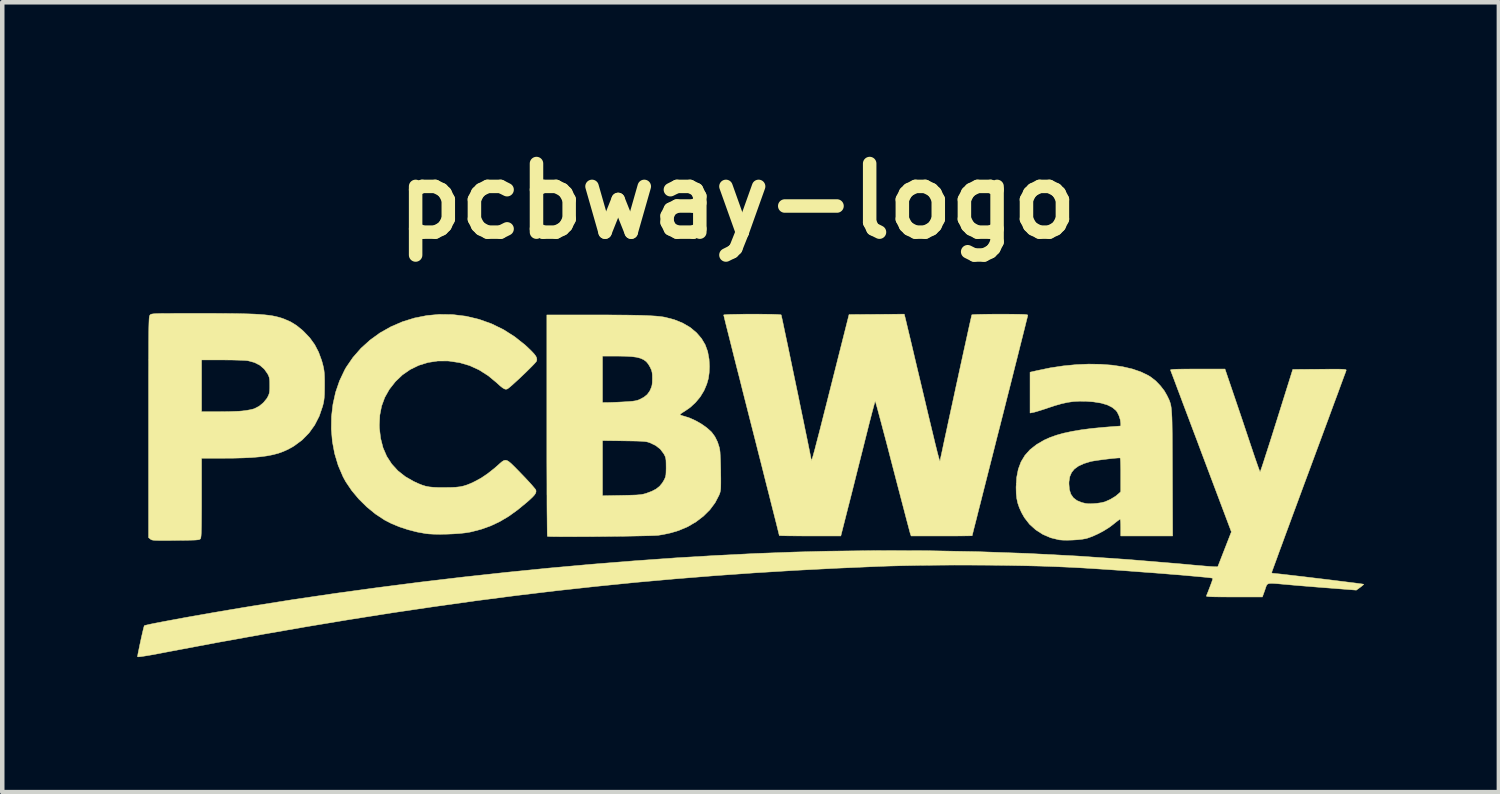
<source format=kicad_pcb>
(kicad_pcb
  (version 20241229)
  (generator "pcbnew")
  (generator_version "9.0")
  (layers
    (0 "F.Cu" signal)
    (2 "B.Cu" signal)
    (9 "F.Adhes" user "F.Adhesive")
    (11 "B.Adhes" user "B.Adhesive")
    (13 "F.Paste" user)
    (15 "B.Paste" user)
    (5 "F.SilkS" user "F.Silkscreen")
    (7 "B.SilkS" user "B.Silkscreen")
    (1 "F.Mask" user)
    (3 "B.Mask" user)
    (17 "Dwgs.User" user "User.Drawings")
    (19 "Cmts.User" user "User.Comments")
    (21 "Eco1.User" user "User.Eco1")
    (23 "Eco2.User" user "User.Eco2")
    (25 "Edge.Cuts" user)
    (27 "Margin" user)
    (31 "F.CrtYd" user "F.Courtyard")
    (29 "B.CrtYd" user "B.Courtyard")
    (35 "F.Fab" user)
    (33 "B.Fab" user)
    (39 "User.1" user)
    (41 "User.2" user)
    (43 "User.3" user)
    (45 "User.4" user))
  (footprint "pcbway-logo"
    (layer "F.Cu")
    (at 13.332 7.418)
    (property "Reference" "pcbway-logo" (at 0 -6 0) (layer "F.SilkS") (effects (font (size 1.524 1.524) (thickness 0.3))))
    (attr through_hole)
    (fp_poly (pts (xy -6.325 -3.479) (xy -6.029 -3.443) (xy -5.74 -3.374) (xy -5.462 -3.275) (xy -5.196 -3.145) (xy -4.946 -2.986) (xy -4.711 -2.799) (xy -4.649 -2.741) (xy -4.57 -2.664) (xy -4.514 -2.604) (xy -4.479 -2.557) (xy -4.46 -2.517) (xy -4.455 -2.481) (xy -4.46 -2.449) (xy -4.475 -2.427) (xy -4.51 -2.387) (xy -4.563 -2.332) (xy -4.629 -2.266) (xy -4.703 -2.193) (xy -4.782 -2.118) (xy -4.861 -2.043) (xy -4.937 -1.974) (xy -5.004 -1.913) (xy -5.06 -1.865) (xy -5.1 -1.834) (xy -5.116 -1.825) (xy -5.144 -1.82) (xy -5.175 -1.828) (xy -5.215 -1.851) (xy -5.268 -1.893) (xy -5.339 -1.957) (xy -5.342 -1.961) (xy -5.537 -2.122) (xy -5.738 -2.25) (xy -5.948 -2.346) (xy -6.169 -2.411) (xy -6.402 -2.446) (xy -6.435 -2.449) (xy -6.658 -2.448) (xy -6.873 -2.415) (xy -7.077 -2.352) (xy -7.267 -2.26) (xy -7.442 -2.139) (xy -7.597 -1.991) (xy -7.733 -1.817) (xy -7.733 -1.817) (xy -7.834 -1.638) (xy -7.904 -1.448) (xy -7.944 -1.245) (xy -7.955 -1.028) (xy -7.953 -0.957) (xy -7.926 -0.729) (xy -7.872 -0.519) (xy -7.79 -0.33) (xy -7.68 -0.16) (xy -7.543 -0.01) (xy -7.379 0.12) (xy -7.189 0.229) (xy -7.188 0.229) (xy -7.091 0.274) (xy -7.006 0.308) (xy -6.927 0.333) (xy -6.844 0.349) (xy -6.752 0.358) (xy -6.64 0.363) (xy -6.511 0.363) (xy -6.374 0.362) (xy -6.263 0.357) (xy -6.17 0.347) (xy -6.087 0.33) (xy -6.007 0.305) (xy -5.922 0.271) (xy -5.834 0.229) (xy -5.693 0.153) (xy -5.551 0.057) (xy -5.401 -0.061) (xy -5.324 -0.128) (xy -5.271 -0.176) (xy -5.228 -0.212) (xy -5.191 -0.235) (xy -5.157 -0.244) (xy -5.12 -0.238) (xy -5.079 -0.214) (xy -5.028 -0.172) (xy -4.964 -0.11) (xy -4.882 -0.027) (xy -4.797 0.061) (xy -4.713 0.148) (xy -4.637 0.23) (xy -4.572 0.301) (xy -4.522 0.36) (xy -4.488 0.401) (xy -4.476 0.42) (xy -4.473 0.453) (xy -4.481 0.486) (xy -4.505 0.524) (xy -4.547 0.571) (xy -4.61 0.631) (xy -4.674 0.688) (xy -4.882 0.859) (xy -5.082 1.003) (xy -5.28 1.12) (xy -5.481 1.215) (xy -5.691 1.29) (xy -5.914 1.348) (xy -5.956 1.356) (xy -6.052 1.371) (xy -6.173 1.384) (xy -6.31 1.393) (xy -6.455 1.399) (xy -6.599 1.401) (xy -6.734 1.4) (xy -6.85 1.394) (xy -6.917 1.387) (xy -7.112 1.352) (xy -7.312 1.301) (xy -7.507 1.237) (xy -7.688 1.162) (xy -7.838 1.085) (xy -8.041 0.951) (xy -8.233 0.794) (xy -8.411 0.618) (xy -8.568 0.43) (xy -8.7 0.235) (xy -8.761 0.123) (xy -8.868 -0.126) (xy -8.947 -0.389) (xy -8.998 -0.66) (xy -9.021 -0.936) (xy -9.017 -1.213) (xy -8.985 -1.486) (xy -8.926 -1.753) (xy -8.839 -2.007) (xy -8.725 -2.247) (xy -8.694 -2.303) (xy -8.542 -2.525) (xy -8.364 -2.729) (xy -8.163 -2.911) (xy -7.941 -3.072) (xy -7.7 -3.208) (xy -7.444 -3.319) (xy -7.175 -3.403) (xy -6.896 -3.458) (xy -6.628 -3.483) (xy -6.325 -3.479)) (stroke (width 0.01) (type solid)) (fill yes) (layer "F.SilkS"))
    (fp_poly (pts (xy 8.07 -2.375) (xy 8.323 -2.356) (xy 8.558 -2.321) (xy 8.774 -2.271) (xy 8.966 -2.205) (xy 9.131 -2.125) (xy 9.185 -2.091) (xy 9.293 -2.007) (xy 9.395 -1.901) (xy 9.484 -1.787) (xy 9.54 -1.69) (xy 9.561 -1.648) (xy 9.579 -1.611) (xy 9.595 -1.576) (xy 9.608 -1.541) (xy 9.62 -1.503) (xy 9.63 -1.461) (xy 9.638 -1.411) (xy 9.644 -1.352) (xy 9.649 -1.28) (xy 9.654 -1.194) (xy 9.657 -1.091) (xy 9.659 -0.968) (xy 9.661 -0.824) (xy 9.662 -0.656) (xy 9.663 -0.461) (xy 9.664 -0.238) (xy 9.665 0.017) (xy 9.665 0.038) (xy 9.67 1.439) (xy 8.517 1.439) (xy 8.517 1.253) (xy 8.516 1.178) (xy 8.513 1.118) (xy 8.508 1.078) (xy 8.502 1.067) (xy 8.484 1.077) (xy 8.446 1.105) (xy 8.394 1.145) (xy 8.354 1.178) (xy 8.257 1.251) (xy 8.141 1.323) (xy 8.016 1.39) (xy 7.893 1.446) (xy 7.78 1.487) (xy 7.739 1.498) (xy 7.659 1.512) (xy 7.558 1.523) (xy 7.447 1.53) (xy 7.336 1.533) (xy 7.236 1.532) (xy 7.157 1.526) (xy 7.149 1.525) (xy 6.961 1.479) (xy 6.786 1.404) (xy 6.629 1.303) (xy 6.491 1.179) (xy 6.377 1.032) (xy 6.315 0.923) (xy 6.264 0.811) (xy 6.229 0.709) (xy 6.207 0.607) (xy 6.195 0.495) (xy 6.192 0.36) (xy 6.192 0.347) (xy 6.197 0.279) (xy 7.366 0.279) (xy 7.376 0.407) (xy 7.408 0.51) (xy 7.464 0.591) (xy 7.545 0.653) (xy 7.654 0.697) (xy 7.739 0.717) (xy 7.806 0.724) (xy 7.893 0.722) (xy 7.989 0.714) (xy 8.081 0.701) (xy 8.156 0.683) (xy 8.169 0.679) (xy 8.286 0.627) (xy 8.398 0.559) (xy 8.471 0.499) (xy 8.517 0.456) (xy 8.517 0.085) (xy 8.517 -0.024) (xy 8.515 -0.12) (xy 8.513 -0.2) (xy 8.51 -0.258) (xy 8.506 -0.289) (xy 8.505 -0.293) (xy 8.482 -0.295) (xy 8.433 -0.292) (xy 8.363 -0.286) (xy 8.279 -0.277) (xy 8.187 -0.266) (xy 8.093 -0.254) (xy 8.005 -0.242) (xy 7.928 -0.23) (xy 7.869 -0.22) (xy 7.847 -0.215) (xy 7.697 -0.169) (xy 7.578 -0.114) (xy 7.487 -0.048) (xy 7.424 0.03) (xy 7.384 0.124) (xy 7.367 0.236) (xy 7.366 0.279) (xy 6.197 0.279) (xy 6.205 0.139) (xy 6.241 -0.045) (xy 6.302 -0.208) (xy 6.389 -0.352) (xy 6.504 -0.48) (xy 6.647 -0.592) (xy 6.817 -0.691) (xy 6.946 -0.749) (xy 7.09 -0.8) (xy 7.251 -0.845) (xy 7.434 -0.884) (xy 7.639 -0.919) (xy 7.87 -0.949) (xy 8.131 -0.974) (xy 8.352 -0.992) (xy 8.517 -1.004) (xy 8.517 -1.058) (xy 8.507 -1.141) (xy 8.479 -1.23) (xy 8.44 -1.31) (xy 8.413 -1.347) (xy 8.331 -1.416) (xy 8.222 -1.471) (xy 8.082 -1.513) (xy 7.913 -1.54) (xy 7.746 -1.553) (xy 7.604 -1.555) (xy 7.47 -1.548) (xy 7.337 -1.529) (xy 7.197 -1.498) (xy 7.041 -1.453) (xy 6.912 -1.41) (xy 6.817 -1.378) (xy 6.727 -1.349) (xy 6.651 -1.326) (xy 6.595 -1.31) (xy 6.574 -1.306) (xy 6.502 -1.292) (xy 6.502 -2.199) (xy 6.655 -2.234) (xy 6.948 -2.295) (xy 7.239 -2.339) (xy 7.525 -2.367) (xy 7.803 -2.379) (xy 8.07 -2.375)) (stroke (width 0.01) (type solid)) (fill yes) (layer "F.SilkS"))
    (fp_poly (pts (xy -11.948 -3.505) (xy -11.676 -3.505) (xy -11.435 -3.504) (xy -11.224 -3.502) (xy -11.038 -3.499) (xy -10.876 -3.495) (xy -10.735 -3.49) (xy -10.613 -3.483) (xy -10.506 -3.474) (xy -10.414 -3.464) (xy -10.332 -3.452) (xy -10.258 -3.437) (xy -10.19 -3.42) (xy -10.126 -3.401) (xy -10.07 -3.381) (xy -9.928 -3.319) (xy -9.797 -3.239) (xy -9.668 -3.135) (xy -9.638 -3.107) (xy -9.501 -2.964) (xy -9.391 -2.812) (xy -9.304 -2.645) (xy -9.235 -2.457) (xy -9.208 -2.359) (xy -9.194 -2.298) (xy -9.184 -2.24) (xy -9.177 -2.177) (xy -9.173 -2.103) (xy -9.171 -2.009) (xy -9.171 -1.905) (xy -9.172 -1.79) (xy -9.174 -1.702) (xy -9.179 -1.632) (xy -9.186 -1.573) (xy -9.196 -1.517) (xy -9.211 -1.456) (xy -9.216 -1.438) (xy -9.29 -1.222) (xy -9.391 -1.025) (xy -9.518 -0.848) (xy -9.669 -0.694) (xy -9.844 -0.564) (xy -9.883 -0.54) (xy -9.985 -0.484) (xy -10.09 -0.437) (xy -10.201 -0.397) (xy -10.323 -0.365) (xy -10.459 -0.339) (xy -10.611 -0.319) (xy -10.784 -0.304) (xy -10.981 -0.295) (xy -11.204 -0.289) (xy -11.441 -0.288) (xy -11.904 -0.288) (xy -11.904 0.589) (xy -11.904 0.789) (xy -11.905 0.958) (xy -11.906 1.098) (xy -11.907 1.213) (xy -11.909 1.303) (xy -11.911 1.373) (xy -11.914 1.425) (xy -11.918 1.462) (xy -11.922 1.485) (xy -11.927 1.499) (xy -11.928 1.5) (xy -11.937 1.509) (xy -11.949 1.516) (xy -11.969 1.522) (xy -12.001 1.526) (xy -12.048 1.53) (xy -12.114 1.532) (xy -12.202 1.534) (xy -12.317 1.536) (xy -12.461 1.537) (xy -12.476 1.537) (xy -12.623 1.539) (xy -12.74 1.539) (xy -12.831 1.539) (xy -12.9 1.538) (xy -12.95 1.536) (xy -12.985 1.532) (xy -13.009 1.527) (xy -13.025 1.52) (xy -13.039 1.511) (xy -13.04 1.509) (xy -13.081 1.476) (xy -13.081 -0.979) (xy -13.081 -1.316) (xy -13.081 -1.321) (xy -11.904 -1.321) (xy -11.533 -1.321) (xy -11.411 -1.322) (xy -11.289 -1.324) (xy -11.173 -1.328) (xy -11.074 -1.332) (xy -10.999 -1.338) (xy -10.99 -1.339) (xy -10.905 -1.35) (xy -10.821 -1.365) (xy -10.752 -1.382) (xy -10.728 -1.39) (xy -10.624 -1.444) (xy -10.529 -1.523) (xy -10.453 -1.616) (xy -10.434 -1.649) (xy -10.413 -1.693) (xy -10.399 -1.734) (xy -10.392 -1.782) (xy -10.389 -1.846) (xy -10.389 -1.905) (xy -10.39 -1.987) (xy -10.394 -2.044) (xy -10.403 -2.089) (xy -10.419 -2.13) (xy -10.435 -2.161) (xy -10.51 -2.268) (xy -10.609 -2.354) (xy -10.731 -2.416) (xy -10.872 -2.453) (xy -10.884 -2.455) (xy -10.932 -2.46) (xy -11.008 -2.464) (xy -11.106 -2.467) (xy -11.22 -2.47) (xy -11.344 -2.471) (xy -11.451 -2.472) (xy -11.904 -2.472) (xy -11.904 -1.321) (xy -13.081 -1.321) (xy -13.081 -1.62) (xy -13.081 -1.894) (xy -13.081 -2.139) (xy -13.08 -2.357) (xy -13.08 -2.549) (xy -13.079 -2.717) (xy -13.079 -2.862) (xy -13.078 -2.987) (xy -13.077 -3.093) (xy -13.076 -3.182) (xy -13.074 -3.255) (xy -13.072 -3.314) (xy -13.07 -3.36) (xy -13.068 -3.395) (xy -13.065 -3.422) (xy -13.062 -3.44) (xy -13.058 -3.453) (xy -13.054 -3.462) (xy -13.05 -3.468) (xy -13.049 -3.47) (xy -13.042 -3.477) (xy -13.033 -3.483) (xy -13.02 -3.488) (xy -13.001 -3.492) (xy -12.972 -3.496) (xy -12.932 -3.499) (xy -12.877 -3.501) (xy -12.805 -3.503) (xy -12.714 -3.504) (xy -12.601 -3.504) (xy -12.463 -3.505) (xy -12.299 -3.505) (xy -12.105 -3.505) (xy -11.948 -3.505)) (stroke (width 0.01) (type solid)) (fill yes) (layer "F.SilkS"))
    (fp_poly (pts (xy -3.179 -3.471) (xy -2.914 -3.471) (xy -2.68 -3.469) (xy -2.475 -3.468) (xy -2.297 -3.465) (xy -2.143 -3.462) (xy -2.011 -3.457) (xy -1.899 -3.451) (xy -1.804 -3.445) (xy -1.723 -3.437) (xy -1.655 -3.428) (xy -1.609 -3.42) (xy -1.402 -3.366) (xy -1.214 -3.29) (xy -1.048 -3.193) (xy -0.908 -3.076) (xy -0.906 -3.074) (xy -0.797 -2.947) (xy -0.715 -2.809) (xy -0.66 -2.658) (xy -0.629 -2.489) (xy -0.621 -2.328) (xy -0.627 -2.183) (xy -0.645 -2.057) (xy -0.679 -1.938) (xy -0.732 -1.811) (xy -0.746 -1.782) (xy -0.825 -1.652) (xy -0.929 -1.527) (xy -1.05 -1.416) (xy -1.173 -1.331) (xy -1.225 -1.299) (xy -1.262 -1.272) (xy -1.276 -1.255) (xy -1.275 -1.253) (xy -1.252 -1.242) (xy -1.208 -1.228) (xy -1.178 -1.22) (xy -1.055 -1.18) (xy -0.924 -1.12) (xy -0.795 -1.046) (xy -0.678 -0.963) (xy -0.582 -0.877) (xy -0.569 -0.863) (xy -0.499 -0.767) (xy -0.441 -0.65) (xy -0.401 -0.526) (xy -0.391 -0.474) (xy -0.385 -0.425) (xy -0.381 -0.349) (xy -0.376 -0.251) (xy -0.373 -0.14) (xy -0.37 -0.021) (xy -0.37 0.034) (xy -0.368 0.16) (xy -0.368 0.258) (xy -0.369 0.332) (xy -0.371 0.388) (xy -0.376 0.43) (xy -0.383 0.464) (xy -0.392 0.494) (xy -0.405 0.526) (xy -0.408 0.534) (xy -0.495 0.701) (xy -0.611 0.857) (xy -0.754 0.999) (xy -0.919 1.125) (xy -1.103 1.233) (xy -1.304 1.318) (xy -1.474 1.369) (xy -1.563 1.389) (xy -1.661 1.409) (xy -1.749 1.423) (xy -1.753 1.424) (xy -1.791 1.427) (xy -1.859 1.43) (xy -1.951 1.433) (xy -2.066 1.436) (xy -2.199 1.439) (xy -2.348 1.442) (xy -2.509 1.445) (xy -2.679 1.447) (xy -2.854 1.449) (xy -3.032 1.451) (xy -3.209 1.453) (xy -3.382 1.454) (xy -3.547 1.454) (xy -3.702 1.455) (xy -3.842 1.455) (xy -3.966 1.454) (xy -4.068 1.453) (xy -4.147 1.452) (xy -4.199 1.449) (xy -4.22 1.447) (xy -4.221 1.447) (xy -4.222 1.428) (xy -4.224 1.378) (xy -4.225 1.298) (xy -4.226 1.19) (xy -4.227 1.055) (xy -4.229 0.896) (xy -4.23 0.715) (xy -4.23 0.546) (xy -2.997 0.546) (xy -2.57 0.538) (xy -2.435 0.535) (xy -2.329 0.532) (xy -2.246 0.529) (xy -2.182 0.524) (xy -2.132 0.518) (xy -2.089 0.51) (xy -2.05 0.5) (xy -2.024 0.492) (xy -1.9 0.446) (xy -1.805 0.396) (xy -1.73 0.337) (xy -1.669 0.264) (xy -1.628 0.196) (xy -1.609 0.156) (xy -1.596 0.12) (xy -1.588 0.079) (xy -1.585 0.024) (xy -1.583 -0.054) (xy -1.583 -0.093) (xy -1.584 -0.18) (xy -1.586 -0.242) (xy -1.592 -0.286) (xy -1.602 -0.322) (xy -1.619 -0.358) (xy -1.636 -0.389) (xy -1.712 -0.49) (xy -1.816 -0.571) (xy -1.942 -0.631) (xy -1.974 -0.642) (xy -2.006 -0.651) (xy -2.043 -0.657) (xy -2.09 -0.662) (xy -2.152 -0.666) (xy -2.232 -0.669) (xy -2.335 -0.671) (xy -2.467 -0.673) (xy -2.519 -0.674) (xy -2.997 -0.68) (xy -2.997 0.546) (xy -4.23 0.546) (xy -4.231 0.513) (xy -4.231 0.292) (xy -4.232 0.054) (xy -4.233 -0.198) (xy -4.233 -0.464) (xy -4.233 -0.74) (xy -4.233 -1.019) (xy -4.233 -2.557) (xy -2.997 -2.557) (xy -2.997 -1.524) (xy -2.891 -1.525) (xy -2.836 -1.526) (xy -2.756 -1.529) (xy -2.661 -1.533) (xy -2.56 -1.538) (xy -2.523 -1.54) (xy -2.413 -1.547) (xy -2.33 -1.554) (xy -2.268 -1.563) (xy -2.219 -1.575) (xy -2.177 -1.59) (xy -2.176 -1.591) (xy -2.077 -1.643) (xy -2.004 -1.702) (xy -1.95 -1.775) (xy -1.933 -1.81) (xy -1.91 -1.864) (xy -1.896 -1.914) (xy -1.89 -1.973) (xy -1.888 -2.052) (xy -1.888 -2.059) (xy -1.889 -2.137) (xy -1.895 -2.193) (xy -1.906 -2.239) (xy -1.927 -2.287) (xy -1.939 -2.312) (xy -1.979 -2.38) (xy -2.025 -2.435) (xy -2.082 -2.477) (xy -2.152 -2.509) (xy -2.24 -2.532) (xy -2.349 -2.546) (xy -2.485 -2.554) (xy -2.649 -2.557) (xy -2.662 -2.557) (xy -2.997 -2.557) (xy -4.233 -2.557) (xy -4.233 -3.471) (xy -3.179 -3.471)) (stroke (width 0.01) (type solid)) (fill yes) (layer "F.SilkS"))
    (fp_poly (pts (xy 0.52 -3.488) (xy 0.638 -3.487) (xy 0.746 -3.486) (xy 0.837 -3.483) (xy 0.909 -3.48) (xy 0.956 -3.476) (xy 0.973 -3.472) (xy 0.978 -3.454) (xy 0.988 -3.406) (xy 1.005 -3.33) (xy 1.026 -3.229) (xy 1.052 -3.105) (xy 1.082 -2.963) (xy 1.116 -2.804) (xy 1.152 -2.631) (xy 1.19 -2.447) (xy 1.23 -2.255) (xy 1.271 -2.058) (xy 1.313 -1.857) (xy 1.355 -1.657) (xy 1.395 -1.459) (xy 1.435 -1.267) (xy 1.473 -1.084) (xy 1.508 -0.911) (xy 1.541 -0.753) (xy 1.57 -0.611) (xy 1.595 -0.488) (xy 1.615 -0.387) (xy 1.63 -0.312) (xy 1.64 -0.264) (xy 1.642 -0.247) (xy 1.644 -0.237) (xy 1.648 -0.24) (xy 1.655 -0.256) (xy 1.665 -0.288) (xy 1.68 -0.336) (xy 1.698 -0.403) (xy 1.722 -0.489) (xy 1.75 -0.598) (xy 1.784 -0.729) (xy 1.825 -0.885) (xy 1.871 -1.066) (xy 1.924 -1.276) (xy 1.985 -1.515) (xy 2.053 -1.785) (xy 2.074 -1.868) (xy 2.481 -3.48) (xy 3.094 -3.484) (xy 3.707 -3.489) (xy 3.724 -3.425) (xy 3.73 -3.4) (xy 3.744 -3.343) (xy 3.764 -3.259) (xy 3.79 -3.149) (xy 3.822 -3.016) (xy 3.859 -2.862) (xy 3.9 -2.689) (xy 3.944 -2.501) (xy 3.992 -2.298) (xy 4.043 -2.085) (xy 4.096 -1.862) (xy 4.106 -1.82) (xy 4.171 -1.546) (xy 4.228 -1.304) (xy 4.279 -1.091) (xy 4.324 -0.905) (xy 4.362 -0.747) (xy 4.394 -0.612) (xy 4.422 -0.501) (xy 4.444 -0.411) (xy 4.463 -0.341) (xy 4.477 -0.289) (xy 4.488 -0.253) (xy 4.495 -0.231) (xy 4.5 -0.223) (xy 4.503 -0.226) (xy 4.503 -0.23) (xy 4.507 -0.251) (xy 4.517 -0.302) (xy 4.534 -0.38) (xy 4.556 -0.482) (xy 4.582 -0.607) (xy 4.613 -0.751) (xy 4.648 -0.911) (xy 4.685 -1.085) (xy 4.725 -1.269) (xy 4.767 -1.462) (xy 4.81 -1.66) (xy 4.853 -1.861) (xy 4.897 -2.061) (xy 4.94 -2.259) (xy 4.982 -2.451) (xy 5.022 -2.635) (xy 5.06 -2.807) (xy 5.095 -2.966) (xy 5.126 -3.108) (xy 5.153 -3.231) (xy 5.176 -3.332) (xy 5.193 -3.407) (xy 5.204 -3.456) (xy 5.208 -3.473) (xy 5.227 -3.477) (xy 5.275 -3.48) (xy 5.35 -3.483) (xy 5.447 -3.485) (xy 5.563 -3.487) (xy 5.693 -3.488) (xy 5.834 -3.488) (xy 5.835 -3.488) (xy 6 -3.488) (xy 6.134 -3.487) (xy 6.24 -3.486) (xy 6.321 -3.484) (xy 6.38 -3.482) (xy 6.419 -3.478) (xy 6.442 -3.473) (xy 6.451 -3.468) (xy 6.452 -3.466) (xy 6.448 -3.447) (xy 6.436 -3.397) (xy 6.416 -3.318) (xy 6.39 -3.212) (xy 6.357 -3.08) (xy 6.318 -2.925) (xy 6.273 -2.747) (xy 6.224 -2.55) (xy 6.169 -2.334) (xy 6.111 -2.102) (xy 6.049 -1.856) (xy 5.983 -1.597) (xy 5.915 -1.326) (xy 5.844 -1.047) (xy 5.834 -1.007) (xy 5.762 -0.727) (xy 5.694 -0.456) (xy 5.628 -0.196) (xy 5.565 0.052) (xy 5.506 0.285) (xy 5.451 0.502) (xy 5.401 0.701) (xy 5.355 0.88) (xy 5.316 1.037) (xy 5.282 1.17) (xy 5.254 1.279) (xy 5.234 1.36) (xy 5.221 1.412) (xy 5.216 1.434) (xy 5.215 1.434) (xy 5.199 1.435) (xy 5.153 1.436) (xy 5.079 1.437) (xy 4.983 1.438) (xy 4.867 1.439) (xy 4.735 1.439) (xy 4.591 1.439) (xy 4.538 1.439) (xy 3.86 1.439) (xy 3.846 1.401) (xy 3.839 1.379) (xy 3.825 1.327) (xy 3.804 1.247) (xy 3.776 1.142) (xy 3.742 1.013) (xy 3.703 0.863) (xy 3.659 0.695) (xy 3.611 0.511) (xy 3.559 0.314) (xy 3.505 0.106) (xy 3.452 -0.097) (xy 3.396 -0.313) (xy 3.343 -0.519) (xy 3.292 -0.713) (xy 3.244 -0.893) (xy 3.201 -1.056) (xy 3.162 -1.201) (xy 3.129 -1.324) (xy 3.102 -1.424) (xy 3.081 -1.497) (xy 3.068 -1.543) (xy 3.063 -1.558) (xy 3.057 -1.542) (xy 3.043 -1.496) (xy 3.024 -1.424) (xy 2.998 -1.328) (xy 2.968 -1.212) (xy 2.933 -1.078) (xy 2.896 -0.93) (xy 2.856 -0.771) (xy 2.846 -0.732) (xy 2.798 -0.539) (xy 2.745 -0.329) (xy 2.69 -0.111) (xy 2.635 0.108) (xy 2.582 0.321) (xy 2.532 0.519) (xy 2.487 0.696) (xy 2.469 0.766) (xy 2.298 1.439) (xy 1.615 1.439) (xy 1.466 1.439) (xy 1.329 1.438) (xy 1.206 1.437) (xy 1.102 1.436) (xy 1.019 1.434) (xy 0.962 1.432) (xy 0.934 1.43) (xy 0.931 1.429) (xy 0.927 1.411) (xy 0.915 1.363) (xy 0.896 1.286) (xy 0.87 1.181) (xy 0.837 1.05) (xy 0.798 0.896) (xy 0.753 0.72) (xy 0.704 0.523) (xy 0.649 0.309) (xy 0.591 0.078) (xy 0.529 -0.168) (xy 0.463 -0.427) (xy 0.395 -0.697) (xy 0.324 -0.975) (xy 0.313 -1.017) (xy 0.242 -1.297) (xy 0.173 -1.569) (xy 0.107 -1.829) (xy 0.045 -2.078) (xy -0.015 -2.311) (xy -0.07 -2.529) (xy -0.12 -2.729) (xy -0.165 -2.909) (xy -0.205 -3.067) (xy -0.239 -3.201) (xy -0.266 -3.311) (xy -0.286 -3.393) (xy -0.299 -3.447) (xy -0.305 -3.47) (xy -0.305 -3.47) (xy -0.289 -3.475) (xy -0.243 -3.478) (xy -0.173 -3.482) (xy -0.082 -3.484) (xy 0.025 -3.486) (xy 0.143 -3.488) (xy 0.268 -3.489) (xy 0.395 -3.489) (xy 0.52 -3.488)) (stroke (width 0.01) (type solid)) (fill yes) (layer "F.SilkS"))
    (fp_poly (pts (xy 11.036 -1.672) (xy 11.093 -1.504) (xy 11.156 -1.318) (xy 11.222 -1.123) (xy 11.287 -0.928) (xy 11.349 -0.743) (xy 11.404 -0.578) (xy 11.421 -0.529) (xy 11.464 -0.4) (xy 11.504 -0.282) (xy 11.54 -0.179) (xy 11.57 -0.093) (xy 11.593 -0.03) (xy 11.608 0.007) (xy 11.613 0.017) (xy 11.62 0.001) (xy 11.636 -0.045) (xy 11.661 -0.117) (xy 11.693 -0.215) (xy 11.731 -0.334) (xy 11.776 -0.473) (xy 11.826 -0.628) (xy 11.88 -0.798) (xy 11.937 -0.98) (xy 11.982 -1.122) (xy 12.339 -2.261) (xy 12.936 -2.265) (xy 13.094 -2.266) (xy 13.222 -2.267) (xy 13.322 -2.267) (xy 13.398 -2.266) (xy 13.452 -2.264) (xy 13.489 -2.261) (xy 13.512 -2.257) (xy 13.523 -2.252) (xy 13.526 -2.245) (xy 13.525 -2.24) (xy 13.519 -2.22) (xy 13.501 -2.171) (xy 13.472 -2.094) (xy 13.434 -1.991) (xy 13.387 -1.863) (xy 13.332 -1.712) (xy 13.268 -1.541) (xy 13.198 -1.351) (xy 13.122 -1.144) (xy 13.039 -0.921) (xy 12.952 -0.685) (xy 12.86 -0.437) (xy 12.765 -0.18) (xy 12.694 0.012) (xy 12.596 0.275) (xy 12.502 0.53) (xy 12.412 0.774) (xy 12.326 1.006) (xy 12.246 1.224) (xy 12.171 1.426) (xy 12.104 1.61) (xy 12.043 1.774) (xy 11.991 1.918) (xy 11.947 2.038) (xy 11.912 2.133) (xy 11.887 2.202) (xy 11.873 2.241) (xy 11.87 2.251) (xy 11.884 2.267) (xy 11.898 2.269) (xy 11.926 2.271) (xy 11.983 2.277) (xy 12.065 2.285) (xy 12.168 2.297) (xy 12.29 2.311) (xy 12.427 2.327) (xy 12.575 2.344) (xy 12.73 2.363) (xy 12.889 2.382) (xy 13.049 2.401) (xy 13.205 2.42) (xy 13.355 2.439) (xy 13.494 2.456) (xy 13.619 2.472) (xy 13.727 2.485) (xy 13.813 2.497) (xy 13.875 2.505) (xy 13.909 2.511) (xy 13.914 2.512) (xy 13.905 2.525) (xy 13.875 2.551) (xy 13.836 2.581) (xy 13.751 2.643) (xy 13.188 2.599) (xy 13.03 2.587) (xy 12.863 2.574) (xy 12.695 2.56) (xy 12.534 2.547) (xy 12.389 2.535) (xy 12.267 2.524) (xy 12.247 2.522) (xy 12.109 2.51) (xy 12 2.5) (xy 11.917 2.494) (xy 11.857 2.492) (xy 11.813 2.496) (xy 11.784 2.506) (xy 11.764 2.524) (xy 11.75 2.55) (xy 11.738 2.584) (xy 11.723 2.629) (xy 11.719 2.642) (xy 11.664 2.794) (xy 11.037 2.794) (xy 10.869 2.794) (xy 10.732 2.793) (xy 10.624 2.792) (xy 10.541 2.79) (xy 10.482 2.787) (xy 10.444 2.783) (xy 10.424 2.779) (xy 10.419 2.773) (xy 10.419 2.773) (xy 10.452 2.691) (xy 10.484 2.608) (xy 10.514 2.53) (xy 10.539 2.462) (xy 10.556 2.411) (xy 10.564 2.383) (xy 10.564 2.38) (xy 10.543 2.374) (xy 10.492 2.367) (xy 10.412 2.358) (xy 10.307 2.348) (xy 10.178 2.336) (xy 10.03 2.323) (xy 9.865 2.308) (xy 9.684 2.294) (xy 9.492 2.278) (xy 9.291 2.262) (xy 9.084 2.247) (xy 8.872 2.231) (xy 8.66 2.215) (xy 8.45 2.2) (xy 8.245 2.186) (xy 8.046 2.173) (xy 7.858 2.161) (xy 7.683 2.15) (xy 7.523 2.141) (xy 7.4 2.135) (xy 7.087 2.121) (xy 6.747 2.109) (xy 6.384 2.1) (xy 6.004 2.093) (xy 5.613 2.088) (xy 5.216 2.086) (xy 4.819 2.085) (xy 4.428 2.088) (xy 4.048 2.092) (xy 3.686 2.099) (xy 3.346 2.108) (xy 3.124 2.116) (xy 2.202 2.156) (xy 1.293 2.203) (xy 0.395 2.258) (xy -0.495 2.321) (xy -1.38 2.392) (xy -2.263 2.471) (xy -3.146 2.56) (xy -4.033 2.657) (xy -4.925 2.764) (xy -5.826 2.881) (xy -6.739 3.009) (xy -7.666 3.146) (xy -8.611 3.295) (xy -9.575 3.455) (xy -10.562 3.627) (xy -11.575 3.81) (xy -12.616 4.006) (xy -12.721 4.026) (xy -12.903 4.061) (xy -13.053 4.088) (xy -13.169 4.107) (xy -13.254 4.12) (xy -13.306 4.125) (xy -13.326 4.123) (xy -13.327 4.122) (xy -13.323 4.095) (xy -13.314 4.043) (xy -13.299 3.971) (xy -13.282 3.886) (xy -13.262 3.794) (xy -13.242 3.7) (xy -13.222 3.613) (xy -13.204 3.536) (xy -13.189 3.476) (xy -13.179 3.441) (xy -13.176 3.433) (xy -13.155 3.425) (xy -13.103 3.413) (xy -13.023 3.395) (xy -12.917 3.374) (xy -12.788 3.349) (xy -12.638 3.321) (xy -12.471 3.29) (xy -12.288 3.256) (xy -12.092 3.221) (xy -11.885 3.185) (xy -11.671 3.147) (xy -11.452 3.11) (xy -11.231 3.072) (xy -11.009 3.035) (xy -10.79 2.999) (xy -10.787 2.998) (xy -9.871 2.853) (xy -8.94 2.716) (xy -7.997 2.587) (xy -7.047 2.465) (xy -6.092 2.352) (xy -5.137 2.248) (xy -4.185 2.153) (xy -3.24 2.068) (xy -2.305 1.993) (xy -1.385 1.927) (xy -0.481 1.873) (xy 0.4 1.829) (xy 1.257 1.797) (xy 1.964 1.778) (xy 3.101 1.764) (xy 4.221 1.767) (xy 5.332 1.788) (xy 6.44 1.827) (xy 7.553 1.885) (xy 8.678 1.962) (xy 9.823 2.057) (xy 9.931 2.067) (xy 10.07 2.08) (xy 10.202 2.092) (xy 10.322 2.102) (xy 10.425 2.111) (xy 10.507 2.117) (xy 10.563 2.121) (xy 10.581 2.122) (xy 10.672 2.125) (xy 10.975 1.348) (xy 10.302 -0.439) (xy 10.214 -0.675) (xy 10.128 -0.902) (xy 10.047 -1.118) (xy 9.97 -1.322) (xy 9.899 -1.51) (xy 9.835 -1.682) (xy 9.777 -1.835) (xy 9.728 -1.967) (xy 9.687 -2.076) (xy 9.655 -2.16) (xy 9.633 -2.217) (xy 9.623 -2.245) (xy 9.622 -2.248) (xy 9.627 -2.254) (xy 9.647 -2.258) (xy 9.685 -2.262) (xy 9.744 -2.265) (xy 9.827 -2.267) (xy 9.935 -2.268) (xy 10.073 -2.269) (xy 10.224 -2.269) (xy 10.833 -2.269) (xy 11.036 -1.672)) (stroke (width 0.01) (type solid)) (fill yes) (layer "F.SilkS")))
  (gr_rect
    (start -3 -3)
    (end 30.25 14.548)
    (stroke (width 0.1) (type default))
    (fill no)
    (layer "Edge.Cuts")))
</source>
